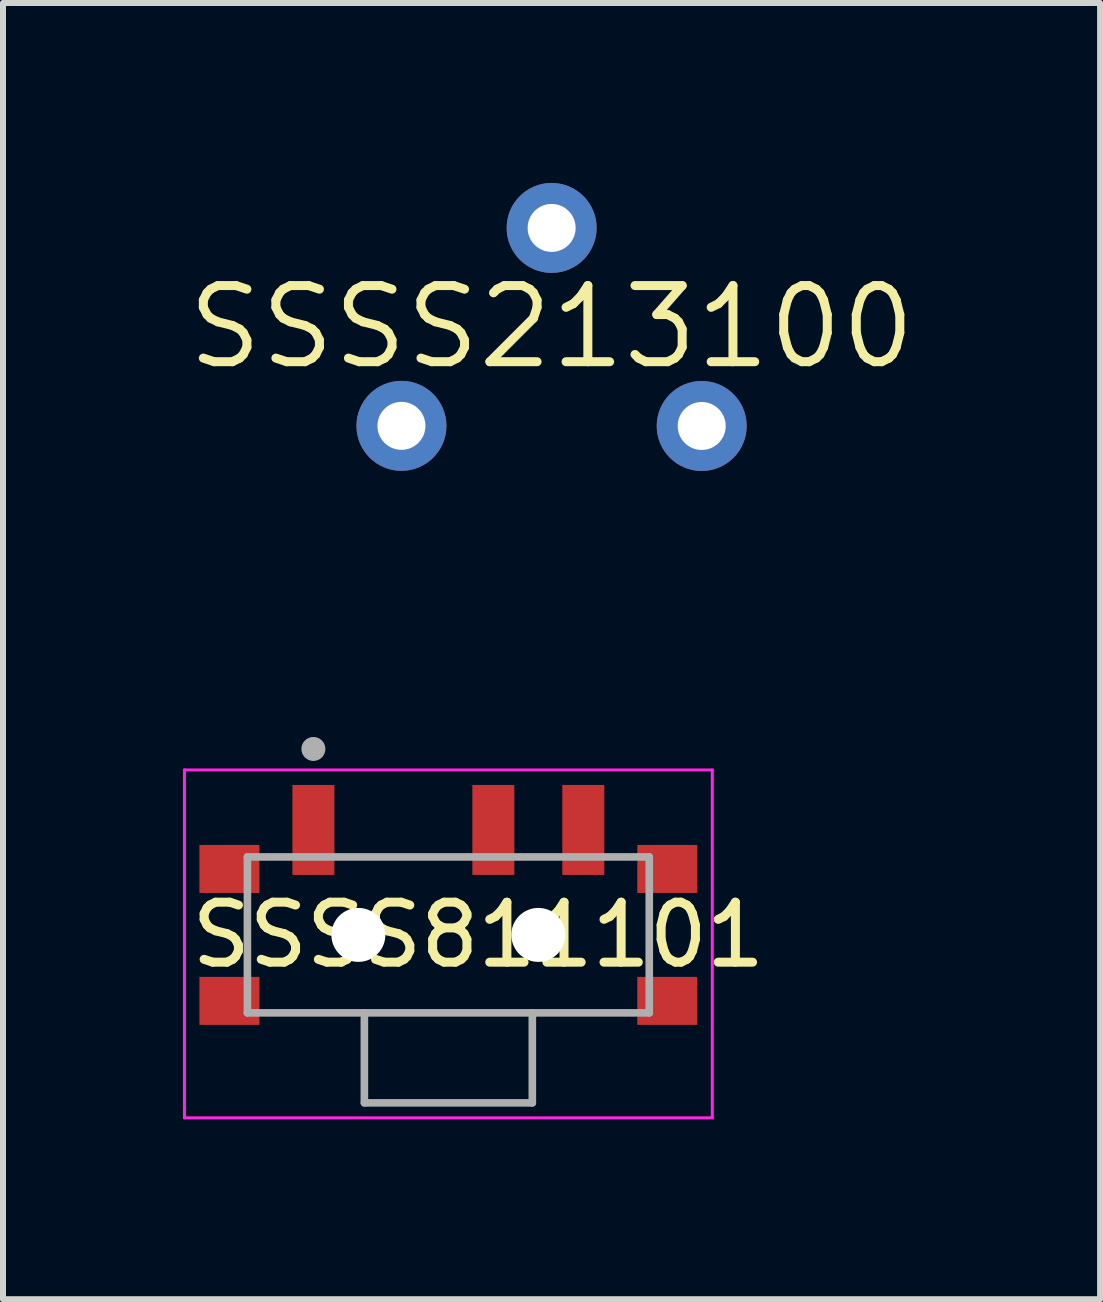
<source format=kicad_pcb>
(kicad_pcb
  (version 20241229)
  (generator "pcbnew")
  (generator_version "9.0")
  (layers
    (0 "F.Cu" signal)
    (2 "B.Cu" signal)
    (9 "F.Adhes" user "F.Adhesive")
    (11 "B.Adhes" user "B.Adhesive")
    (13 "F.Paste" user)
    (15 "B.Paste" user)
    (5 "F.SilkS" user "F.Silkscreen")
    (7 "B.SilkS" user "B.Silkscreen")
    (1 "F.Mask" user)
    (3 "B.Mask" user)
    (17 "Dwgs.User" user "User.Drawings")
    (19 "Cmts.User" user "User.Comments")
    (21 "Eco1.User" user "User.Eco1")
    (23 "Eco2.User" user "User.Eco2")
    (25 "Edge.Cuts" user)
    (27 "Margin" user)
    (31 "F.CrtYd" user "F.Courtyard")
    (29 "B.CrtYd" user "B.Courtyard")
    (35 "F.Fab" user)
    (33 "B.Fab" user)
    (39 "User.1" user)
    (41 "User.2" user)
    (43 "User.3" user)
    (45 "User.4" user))
  (footprint "SSSS213100"
    (layer "F.Cu")
    (at 6.146 2.401)
    (property "Reference" "SSSS213100" (at 0 0 0) (layer "F.SilkS") (effects (font (size 1.27 1.27) (thickness 0.15))))
    (fp_circle (center -2.503 1.649) (end -2.353 1.649) (stroke (width 0.3) (type default)) (fill no) (layer "User.4"))
    (fp_circle (center 0.001 -1.651) (end 0.151 -1.651) (stroke (width 0.3) (type default)) (fill no) (layer "User.4"))
    (fp_circle (center 2.503 1.651) (end 2.653 1.651) (stroke (width 0.3) (type default)) (fill no) (layer "User.4"))
    (fp_circle (center -4.647 3.776) (end -4.617 3.776) (stroke (width 0.06) (type default)) (fill no) (layer "User.5"))
    (pad "1" thru_hole oval (at -2.503 1.649 270) (size 1.5 1.5) (drill 0.8) (layers "*.Cu" "*.Mask"))
    (pad "2" thru_hole oval (at 0.001 -1.651 270) (size 1.5 1.5) (drill 0.8) (layers "*.Cu" "*.Mask"))
    (pad "3" thru_hole oval (at 2.503 1.651 270) (size 1.5 1.5) (drill 0.8) (layers "*.Cu" "*.Mask"))
    (zone (net_name "") (layer "User.3") (hatch edge 0.5) (priority 100) (connect_pads yes) (min_thickness 0) (filled_areas_thickness no) (fill yes) (polygon (pts (xy 1.499 0) (xy 10.795 0) (xy 10.795 6.176) (xy 1.499 6.176))) (filled_polygon (layer "User.3") (island) (pts (xy 1.499 0) (xy 10.795 0) (xy 10.795 6.176) (xy 1.499 6.176)))))
  (footprint "SSSS811101"
    (layer "F.Cu")
    (at 4.425 12.537)
    (property "Reference" "SSSS811101" (at 0.5 0 0) (layer "F.SilkS") (effects (font (size 1 1) (thickness 0.15))))
    (attr smd)
    (fp_line (start -4.4 -2.75) (end -4.4 3.05) (stroke (width 0.05) (type solid)) (layer "F.CrtYd"))
    (fp_line (start -4.4 3.05) (end 4.4 3.05) (stroke (width 0.05) (type solid)) (layer "F.CrtYd"))
    (fp_line (start 4.4 -2.75) (end -4.4 -2.75) (stroke (width 0.05) (type solid)) (layer "F.CrtYd"))
    (fp_line (start 4.4 3.05) (end 4.4 -2.75) (stroke (width 0.05) (type solid)) (layer "F.CrtYd"))
    (fp_line (start -3.35 -1.3) (end 3.35 -1.3) (stroke (width 0.127) (type solid)) (layer "F.Fab"))
    (fp_line (start -3.35 1.3) (end -3.35 -1.3) (stroke (width 0.127) (type solid)) (layer "F.Fab"))
    (fp_line (start -1.4 1.3) (end -3.35 1.3) (stroke (width 0.127) (type solid)) (layer "F.Fab"))
    (fp_line (start -1.4 2.8) (end -1.4 1.3) (stroke (width 0.127) (type solid)) (layer "F.Fab"))
    (fp_line (start 1.4 1.3) (end -1.4 1.3) (stroke (width 0.127) (type solid)) (layer "F.Fab"))
    (fp_line (start 1.4 1.3) (end 1.4 2.8) (stroke (width 0.127) (type solid)) (layer "F.Fab"))
    (fp_line (start 1.4 2.8) (end -1.4 2.8) (stroke (width 0.127) (type solid)) (layer "F.Fab"))
    (fp_line (start 3.35 -1.3) (end 3.35 1.3) (stroke (width 0.127) (type solid)) (layer "F.Fab"))
    (fp_line (start 3.35 1.3) (end 1.4 1.3) (stroke (width 0.127) (type solid)) (layer "F.Fab"))
    (fp_circle (center -2.25 -3.1) (end -2.15 -3.1) (stroke (width 0.2) (type solid)) (fill no) (layer "F.Fab"))
    (pad "" np_thru_hole circle (at -1.5 0) (size 0.9 0.9) (drill 0.9) (layers "*.Cu" "*.Mask"))
    (pad "" np_thru_hole circle (at 1.5 0) (size 0.9 0.9) (drill 0.9) (layers "*.Cu" "*.Mask"))
    (pad "1" smd rect (at -2.25 -1.75) (size 0.7 1.5) (layers "F.Cu" "F.Mask" "F.Paste"))
    (pad "2" smd rect (at 0.75 -1.75) (size 0.7 1.5) (layers "F.Cu" "F.Mask" "F.Paste"))
    (pad "3" smd rect (at 2.25 -1.75) (size 0.7 1.5) (layers "F.Cu" "F.Mask" "F.Paste"))
    (pad "SH1" smd rect (at -3.65 -1.1) (size 1 0.8) (layers "F.Cu" "F.Mask" "F.Paste"))
    (pad "SH2" smd rect (at 3.65 -1.1) (size 1 0.8) (layers "F.Cu" "F.Mask" "F.Paste"))
    (pad "SH3" smd rect (at -3.65 1.1) (size 1 0.8) (layers "F.Cu" "F.Mask" "F.Paste"))
    (pad "SH4" smd rect (at 3.65 1.1) (size 1 0.8) (layers "F.Cu" "F.Mask" "F.Paste")))
  (gr_rect
    (start -3 -3)
    (end 15.291 18.611)
    (stroke (width 0.1) (type default))
    (fill no)
    (layer "Edge.Cuts")))
</source>
